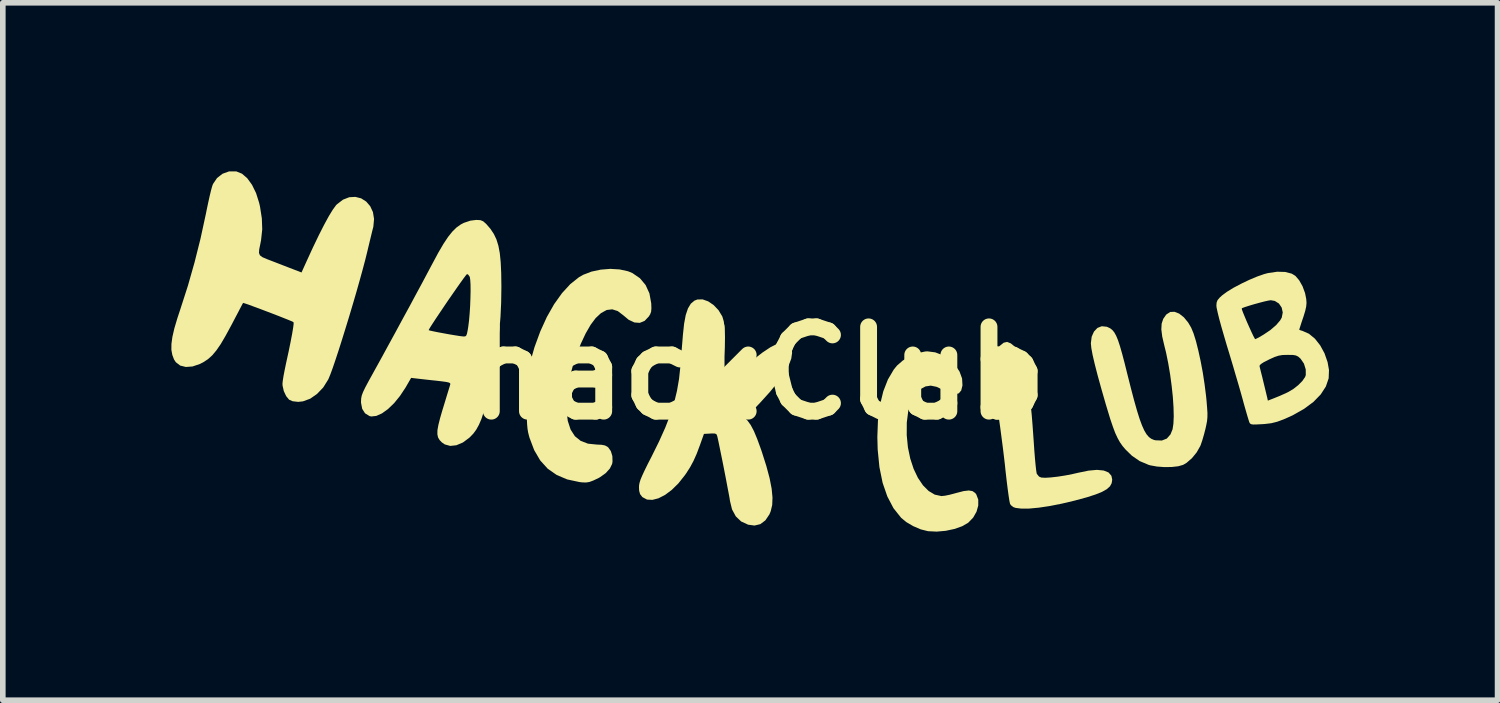
<source format=kicad_pcb>
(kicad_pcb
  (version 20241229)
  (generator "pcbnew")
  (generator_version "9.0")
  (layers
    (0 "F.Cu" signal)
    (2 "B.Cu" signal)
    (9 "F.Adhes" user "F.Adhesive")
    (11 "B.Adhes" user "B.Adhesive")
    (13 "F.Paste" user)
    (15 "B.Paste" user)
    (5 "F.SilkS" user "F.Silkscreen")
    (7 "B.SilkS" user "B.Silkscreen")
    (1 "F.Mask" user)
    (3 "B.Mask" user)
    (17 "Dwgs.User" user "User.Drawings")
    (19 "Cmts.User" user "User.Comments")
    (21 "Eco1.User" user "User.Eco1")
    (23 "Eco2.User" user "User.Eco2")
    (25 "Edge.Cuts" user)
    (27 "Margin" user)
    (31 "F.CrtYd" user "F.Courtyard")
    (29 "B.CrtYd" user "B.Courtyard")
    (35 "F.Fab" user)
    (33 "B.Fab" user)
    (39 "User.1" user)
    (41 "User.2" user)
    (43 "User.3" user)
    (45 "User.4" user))
  (footprint "hackClub"
    (layer "F.Cu")
    (at 10.444 3.589)
    (property "Reference" "hackClub" (at 0 0 0) (layer "F.SilkS") (effects (font (size 1.5 1.5) (thickness 0.3))))
    (attr board_only exclude_from_pos_files exclude_from_bom)
    (fp_poly (pts (xy 3.151 -0.368) (xy 3.284 -0.317) (xy 3.405 -0.239) (xy 3.507 -0.14) (xy 3.583 -0.026) (xy 3.628 0.097) (xy 3.635 0.22) (xy 3.613 0.309) (xy 3.57 0.361) (xy 3.504 0.378) (xy 3.414 0.358) (xy 3.298 0.304) (xy 3.294 0.302) (xy 3.173 0.245) (xy 3.07 0.224) (xy 2.978 0.238) (xy 2.899 0.28) (xy 2.797 0.376) (xy 2.721 0.508) (xy 2.67 0.677) (xy 2.644 0.881) (xy 2.643 1.106) (xy 2.664 1.322) (xy 2.706 1.523) (xy 2.766 1.706) (xy 2.842 1.865) (xy 2.932 1.998) (xy 3.033 2.099) (xy 3.142 2.164) (xy 3.257 2.189) (xy 3.268 2.189) (xy 3.324 2.183) (xy 3.407 2.166) (xy 3.502 2.141) (xy 3.531 2.133) (xy 3.655 2.101) (xy 3.747 2.09) (xy 3.813 2.101) (xy 3.862 2.135) (xy 3.881 2.16) (xy 3.916 2.252) (xy 3.916 2.358) (xy 3.885 2.468) (xy 3.826 2.572) (xy 3.741 2.66) (xy 3.736 2.665) (xy 3.628 2.727) (xy 3.491 2.775) (xy 3.336 2.808) (xy 3.177 2.822) (xy 3.028 2.815) (xy 3.02 2.814) (xy 2.892 2.782) (xy 2.757 2.724) (xy 2.633 2.651) (xy 2.543 2.576) (xy 2.407 2.405) (xy 2.298 2.197) (xy 2.214 1.954) (xy 2.157 1.675) (xy 2.126 1.361) (xy 2.12 1.139) (xy 2.131 0.84) (xy 2.167 0.568) (xy 2.226 0.325) (xy 2.308 0.115) (xy 2.411 -0.06) (xy 2.469 -0.132) (xy 2.572 -0.222) (xy 2.701 -0.299) (xy 2.84 -0.355) (xy 2.973 -0.384) (xy 3.012 -0.386)) (stroke (width 0) (type solid)) (fill yes) (layer "F.SilkS"))
    (fp_poly (pts (xy 4.495 -0.528) (xy 4.547 -0.486) (xy 4.594 -0.432) (xy 4.636 -0.361) (xy 4.674 -0.267) (xy 4.712 -0.143) (xy 4.751 0.017) (xy 4.769 0.096) (xy 4.795 0.224) (xy 4.817 0.345) (xy 4.836 0.468) (xy 4.853 0.601) (xy 4.868 0.751) (xy 4.882 0.926) (xy 4.897 1.135) (xy 4.904 1.233) (xy 4.914 1.382) (xy 4.925 1.519) (xy 4.936 1.636) (xy 4.946 1.726) (xy 4.955 1.782) (xy 4.958 1.794) (xy 4.998 1.843) (xy 5.038 1.86) (xy 5.106 1.864) (xy 5.206 1.858) (xy 5.33 1.844) (xy 5.465 1.823) (xy 5.601 1.796) (xy 5.693 1.775) (xy 5.877 1.737) (xy 6.029 1.723) (xy 6.149 1.735) (xy 6.235 1.77) (xy 6.286 1.829) (xy 6.3 1.899) (xy 6.29 1.961) (xy 6.26 2.016) (xy 6.205 2.066) (xy 6.12 2.114) (xy 6.004 2.161) (xy 5.85 2.211) (xy 5.657 2.263) (xy 5.641 2.268) (xy 5.405 2.324) (xy 5.187 2.367) (xy 4.992 2.396) (xy 4.822 2.412) (xy 4.684 2.413) (xy 4.581 2.4) (xy 4.541 2.386) (xy 4.498 2.353) (xy 4.481 2.326) (xy 4.47 2.273) (xy 4.456 2.182) (xy 4.439 2.057) (xy 4.42 1.904) (xy 4.4 1.728) (xy 4.389 1.62) (xy 4.374 1.494) (xy 4.355 1.337) (xy 4.332 1.161) (xy 4.308 0.978) (xy 4.283 0.801) (xy 4.277 0.761) (xy 4.241 0.507) (xy 4.214 0.293) (xy 4.195 0.114) (xy 4.185 -0.033) (xy 4.183 -0.153) (xy 4.191 -0.251) (xy 4.207 -0.329) (xy 4.232 -0.393) (xy 4.266 -0.447) (xy 4.3 -0.485) (xy 4.369 -0.54) (xy 4.43 -0.554)) (stroke (width 0) (type solid)) (fill yes) (layer "F.SilkS"))
    (fp_poly (pts (xy -2.467 -1.844) (xy -2.319 -1.812) (xy -2.242 -1.781) (xy -2.106 -1.688) (xy -2.004 -1.566) (xy -1.936 -1.417) (xy -1.905 -1.245) (xy -1.904 -1.24) (xy -1.901 -1.152) (xy -1.906 -1.092) (xy -1.923 -1.046) (xy -1.947 -1.007) (xy -2.021 -0.929) (xy -2.108 -0.893) (xy -2.203 -0.9) (xy -2.306 -0.948) (xy -2.399 -1.026) (xy -2.499 -1.102) (xy -2.598 -1.134) (xy -2.698 -1.122) (xy -2.8 -1.065) (xy -2.894 -0.977) (xy -2.982 -0.859) (xy -3.071 -0.705) (xy -3.156 -0.524) (xy -3.234 -0.326) (xy -3.302 -0.12) (xy -3.357 0.087) (xy -3.395 0.283) (xy -3.411 0.439) (xy -3.413 0.664) (xy -3.389 0.853) (xy -3.339 1.006) (xy -3.263 1.124) (xy -3.16 1.207) (xy -3.03 1.257) (xy -2.873 1.273) (xy -2.785 1.277) (xy -2.726 1.289) (xy -2.682 1.313) (xy -2.669 1.324) (xy -2.623 1.389) (xy -2.596 1.478) (xy -2.593 1.575) (xy -2.6 1.617) (xy -2.64 1.699) (xy -2.714 1.781) (xy -2.813 1.852) (xy -2.841 1.868) (xy -2.933 1.912) (xy -3.002 1.938) (xy -3.062 1.948) (xy -3.13 1.946) (xy -3.182 1.94) (xy -3.4 1.893) (xy -3.587 1.814) (xy -3.747 1.702) (xy -3.88 1.555) (xy -3.987 1.372) (xy -4.07 1.153) (xy -4.08 1.117) (xy -4.095 1.057) (xy -4.106 0.991) (xy -4.113 0.912) (xy -4.118 0.811) (xy -4.12 0.681) (xy -4.121 0.514) (xy -4.121 0.514) (xy -4.12 0.351) (xy -4.118 0.224) (xy -4.113 0.124) (xy -4.106 0.041) (xy -4.095 -0.033) (xy -4.079 -0.107) (xy -4.068 -0.156) (xy -3.982 -0.459) (xy -3.879 -0.74) (xy -3.762 -0.997) (xy -3.632 -1.226) (xy -3.492 -1.422) (xy -3.344 -1.583) (xy -3.191 -1.705) (xy -3.114 -1.749) (xy -2.968 -1.805) (xy -2.804 -1.84) (xy -2.632 -1.854)) (stroke (width 0) (type solid)) (fill yes) (layer "F.SilkS"))
    (fp_poly (pts (xy 7.491 -1.058) (xy 7.575 -0.992) (xy 7.653 -0.897) (xy 7.706 -0.806) (xy 7.748 -0.704) (xy 7.791 -0.566) (xy 7.833 -0.398) (xy 7.874 -0.21) (xy 7.912 -0.008) (xy 7.944 0.201) (xy 7.97 0.407) (xy 7.979 0.496) (xy 7.989 0.621) (xy 7.995 0.714) (xy 7.994 0.787) (xy 7.988 0.854) (xy 7.974 0.927) (xy 7.959 0.995) (xy 7.932 1.099) (xy 7.902 1.201) (xy 7.874 1.282) (xy 7.867 1.299) (xy 7.803 1.412) (xy 7.718 1.516) (xy 7.622 1.599) (xy 7.562 1.634) (xy 7.475 1.659) (xy 7.359 1.672) (xy 7.228 1.674) (xy 7.097 1.664) (xy 6.979 1.643) (xy 6.948 1.634) (xy 6.789 1.567) (xy 6.651 1.472) (xy 6.54 1.364) (xy 6.485 1.3) (xy 6.438 1.233) (xy 6.396 1.158) (xy 6.354 1.068) (xy 6.312 0.956) (xy 6.265 0.817) (xy 6.212 0.643) (xy 6.186 0.557) (xy 6.107 0.282) (xy 6.041 0.043) (xy 5.989 -0.159) (xy 5.951 -0.322) (xy 5.928 -0.446) (xy 5.92 -0.53) (xy 5.92 -0.532) (xy 5.935 -0.648) (xy 5.976 -0.739) (xy 6.037 -0.803) (xy 6.114 -0.833) (xy 6.202 -0.824) (xy 6.22 -0.817) (xy 6.264 -0.796) (xy 6.302 -0.766) (xy 6.336 -0.725) (xy 6.369 -0.666) (xy 6.402 -0.587) (xy 6.437 -0.482) (xy 6.476 -0.346) (xy 6.521 -0.175) (xy 6.568 0.014) (xy 6.633 0.271) (xy 6.69 0.488) (xy 6.741 0.668) (xy 6.787 0.815) (xy 6.83 0.932) (xy 6.871 1.023) (xy 6.911 1.09) (xy 6.953 1.139) (xy 6.997 1.171) (xy 7.045 1.191) (xy 7.074 1.197) (xy 7.184 1.201) (xy 7.272 1.166) (xy 7.337 1.092) (xy 7.374 1.001) (xy 7.389 0.903) (xy 7.395 0.77) (xy 7.391 0.608) (xy 7.379 0.426) (xy 7.358 0.229) (xy 7.331 0.027) (xy 7.297 -0.174) (xy 7.258 -0.366) (xy 7.227 -0.49) (xy 7.19 -0.65) (xy 7.174 -0.778) (xy 7.18 -0.88) (xy 7.208 -0.964) (xy 7.259 -1.037) (xy 7.266 -1.044) (xy 7.332 -1.087) (xy 7.409 -1.09)) (stroke (width 0) (type solid)) (fill yes) (layer "F.SilkS"))
    (fp_poly (pts (xy -0.891 -1.276) (xy -0.794 -1.21) (xy -0.707 -1.119) (xy -0.64 -1.008) (xy -0.639 -1.007) (xy -0.613 -0.919) (xy -0.598 -0.793) (xy -0.592 -0.636) (xy -0.597 -0.454) (xy -0.612 -0.253) (xy -0.636 -0.039) (xy -0.67 0.182) (xy -0.684 0.26) (xy -0.686 0.285) (xy -0.679 0.294) (xy -0.659 0.284) (xy -0.62 0.252) (xy -0.559 0.194) (xy -0.47 0.108) (xy -0.465 0.104) (xy -0.271 -0.08) (xy -0.091 -0.236) (xy 0.073 -0.363) (xy 0.217 -0.459) (xy 0.34 -0.522) (xy 0.415 -0.546) (xy 0.496 -0.544) (xy 0.557 -0.505) (xy 0.594 -0.434) (xy 0.603 -0.361) (xy 0.588 -0.256) (xy 0.542 -0.135) (xy 0.464 0.003) (xy 0.352 0.16) (xy 0.207 0.337) (xy 0.025 0.538) (xy -0.001 0.565) (xy -0.229 0.806) (xy -0.184 0.855) (xy -0.133 0.926) (xy -0.077 1.032) (xy -0.017 1.176) (xy 0.05 1.36) (xy 0.065 1.404) (xy 0.145 1.656) (xy 0.203 1.873) (xy 0.239 2.058) (xy 0.254 2.215) (xy 0.249 2.348) (xy 0.222 2.46) (xy 0.2 2.514) (xy 0.127 2.622) (xy 0.038 2.689) (xy -0.066 2.714) (xy -0.179 2.699) (xy -0.303 2.642) (xy -0.399 2.551) (xy -0.466 2.427) (xy -0.502 2.279) (xy -0.51 2.227) (xy -0.526 2.14) (xy -0.548 2.026) (xy -0.573 1.892) (xy -0.601 1.748) (xy -0.63 1.6) (xy -0.659 1.458) (xy -0.685 1.33) (xy -0.707 1.223) (xy -0.724 1.146) (xy -0.73 1.121) (xy -0.742 1.091) (xy -0.768 1.077) (xy -0.819 1.075) (xy -0.854 1.077) (xy -0.966 1.083) (xy -1.038 1.285) (xy -1.096 1.439) (xy -1.152 1.564) (xy -1.212 1.676) (xy -1.284 1.788) (xy -1.309 1.823) (xy -1.421 1.964) (xy -1.539 2.08) (xy -1.658 2.169) (xy -1.775 2.229) (xy -1.883 2.257) (xy -1.979 2.252) (xy -2.058 2.21) (xy -2.067 2.201) (xy -2.103 2.154) (xy -2.119 2.095) (xy -2.122 2.036) (xy -2.12 1.994) (xy -2.111 1.949) (xy -2.094 1.895) (xy -2.065 1.826) (xy -2.023 1.735) (xy -1.964 1.615) (xy -1.901 1.493) (xy -1.765 1.218) (xy -1.654 0.971) (xy -1.566 0.744) (xy -1.497 0.529) (xy -1.446 0.318) (xy -1.409 0.104) (xy -1.385 -0.121) (xy -1.385 -0.121) (xy -1.374 -0.265) (xy -1.361 -0.426) (xy -1.348 -0.581) (xy -1.34 -0.681) (xy -1.319 -0.878) (xy -1.29 -1.033) (xy -1.25 -1.151) (xy -1.199 -1.235) (xy -1.136 -1.288) (xy -1.083 -1.309) (xy -0.99 -1.311)) (stroke (width 0) (type solid)) (fill yes) (layer "F.SilkS"))
    (fp_poly (pts (xy -9.287 -3.588) (xy -9.186 -3.547) (xy -9.093 -3.466) (xy -9.009 -3.35) (xy -8.937 -3.203) (xy -8.882 -3.029) (xy -8.867 -2.964) (xy -8.834 -2.751) (xy -8.827 -2.557) (xy -8.848 -2.364) (xy -8.862 -2.293) (xy -8.881 -2.2) (xy -8.885 -2.137) (xy -8.868 -2.095) (xy -8.824 -2.062) (xy -8.747 -2.029) (xy -8.703 -2.012) (xy -8.633 -1.985) (xy -8.537 -1.948) (xy -8.429 -1.906) (xy -8.359 -1.879) (xy -8.128 -1.79) (xy -8.035 -1.995) (xy -7.923 -2.239) (xy -7.819 -2.455) (xy -7.725 -2.64) (xy -7.642 -2.792) (xy -7.571 -2.908) (xy -7.514 -2.986) (xy -7.5 -3.001) (xy -7.391 -3.085) (xy -7.279 -3.129) (xy -7.17 -3.135) (xy -7.067 -3.109) (xy -6.977 -3.052) (xy -6.906 -2.97) (xy -6.857 -2.865) (xy -6.837 -2.741) (xy -6.85 -2.601) (xy -6.858 -2.572) (xy -6.871 -2.521) (xy -6.891 -2.438) (xy -6.917 -2.331) (xy -6.946 -2.21) (xy -6.958 -2.159) (xy -6.995 -2.01) (xy -7.041 -1.837) (xy -7.094 -1.645) (xy -7.152 -1.44) (xy -7.214 -1.228) (xy -7.278 -1.013) (xy -7.343 -0.801) (xy -7.406 -0.598) (xy -7.466 -0.409) (xy -7.522 -0.239) (xy -7.571 -0.095) (xy -7.613 0.02) (xy -7.645 0.098) (xy -7.652 0.114) (xy -7.742 0.257) (xy -7.852 0.372) (xy -7.974 0.457) (xy -8.103 0.504) (xy -8.187 0.513) (xy -8.285 0.502) (xy -8.349 0.474) (xy -8.401 0.411) (xy -8.443 0.322) (xy -8.465 0.225) (xy -8.467 0.191) (xy -8.462 0.141) (xy -8.449 0.057) (xy -8.429 -0.048) (xy -8.405 -0.164) (xy -8.401 -0.183) (xy -8.357 -0.384) (xy -8.322 -0.556) (xy -8.295 -0.697) (xy -8.277 -0.805) (xy -8.268 -0.875) (xy -8.27 -0.905) (xy -8.27 -0.905) (xy -8.294 -0.918) (xy -8.352 -0.942) (xy -8.437 -0.976) (xy -8.54 -1.017) (xy -8.654 -1.061) (xy -8.773 -1.106) (xy -8.888 -1.15) (xy -8.992 -1.188) (xy -9.078 -1.22) (xy -9.139 -1.24) (xy -9.167 -1.248) (xy -9.168 -1.248) (xy -9.18 -1.227) (xy -9.209 -1.172) (xy -9.252 -1.089) (xy -9.307 -0.985) (xy -9.369 -0.866) (xy -9.383 -0.84) (xy -9.481 -0.66) (xy -9.566 -0.515) (xy -9.644 -0.402) (xy -9.718 -0.314) (xy -9.794 -0.246) (xy -9.875 -0.193) (xy -9.935 -0.162) (xy -10.067 -0.117) (xy -10.186 -0.108) (xy -10.287 -0.133) (xy -10.364 -0.192) (xy -10.396 -0.24) (xy -10.427 -0.321) (xy -10.444 -0.412) (xy -10.443 -0.518) (xy -10.426 -0.643) (xy -10.391 -0.795) (xy -10.337 -0.977) (xy -10.287 -1.128) (xy -10.15 -1.553) (xy -10.032 -1.968) (xy -9.926 -2.39) (xy -9.829 -2.837) (xy -9.817 -2.898) (xy -9.789 -3.031) (xy -9.762 -3.153) (xy -9.737 -3.256) (xy -9.716 -3.331) (xy -9.703 -3.365) (xy -9.631 -3.471) (xy -9.533 -3.547) (xy -9.419 -3.588) (xy -9.296 -3.589)) (stroke (width 0) (type solid)) (fill yes) (layer "F.SilkS"))
    (fp_poly (pts (xy -4.945 -2.721) (xy -4.895 -2.701) (xy -4.845 -2.657) (xy -4.837 -2.649) (xy -4.764 -2.564) (xy -4.705 -2.475) (xy -4.659 -2.378) (xy -4.624 -2.265) (xy -4.599 -2.132) (xy -4.583 -1.972) (xy -4.574 -1.78) (xy -4.571 -1.55) (xy -4.571 -1.519) (xy -4.575 -1.25) (xy -4.587 -0.998) (xy -4.608 -0.751) (xy -4.641 -0.497) (xy -4.685 -0.225) (xy -4.742 0.077) (xy -4.746 0.101) (xy -4.795 0.333) (xy -4.84 0.526) (xy -4.883 0.685) (xy -4.925 0.815) (xy -4.97 0.92) (xy -5.018 1.007) (xy -5.071 1.079) (xy -5.132 1.142) (xy -5.139 1.149) (xy -5.256 1.236) (xy -5.372 1.285) (xy -5.481 1.297) (xy -5.579 1.27) (xy -5.631 1.234) (xy -5.671 1.192) (xy -5.698 1.146) (xy -5.71 1.09) (xy -5.709 1.018) (xy -5.692 0.923) (xy -5.661 0.8) (xy -5.615 0.642) (xy -5.606 0.614) (xy -5.568 0.489) (xy -5.534 0.377) (xy -5.506 0.286) (xy -5.487 0.224) (xy -5.48 0.199) (xy -5.482 0.183) (xy -5.503 0.17) (xy -5.549 0.159) (xy -5.628 0.148) (xy -5.723 0.137) (xy -5.836 0.125) (xy -5.944 0.113) (xy -6.032 0.103) (xy -6.076 0.098) (xy -6.177 0.086) (xy -6.277 0.259) (xy -6.375 0.407) (xy -6.48 0.536) (xy -6.589 0.641) (xy -6.696 0.718) (xy -6.797 0.763) (xy -6.886 0.773) (xy -6.917 0.766) (xy -6.997 0.717) (xy -7.048 0.637) (xy -7.069 0.527) (xy -7.069 0.505) (xy -7.066 0.45) (xy -7.055 0.397) (xy -7.032 0.336) (xy -6.994 0.257) (xy -6.938 0.152) (xy -6.927 0.132) (xy -6.822 -0.058) (xy -6.706 -0.268) (xy -6.584 -0.492) (xy -6.457 -0.724) (xy -6.436 -0.763) (xy -5.864 -0.763) (xy -5.839 -0.755) (xy -5.78 -0.742) (xy -5.696 -0.725) (xy -5.598 -0.707) (xy -5.495 -0.688) (xy -5.398 -0.672) (xy -5.316 -0.659) (xy -5.259 -0.652) (xy -5.247 -0.651) (xy -5.217 -0.652) (xy -5.198 -0.664) (xy -5.184 -0.697) (xy -5.171 -0.76) (xy -5.161 -0.821) (xy -5.147 -0.93) (xy -5.136 -1.056) (xy -5.127 -1.192) (xy -5.122 -1.328) (xy -5.119 -1.457) (xy -5.12 -1.569) (xy -5.125 -1.656) (xy -5.133 -1.71) (xy -5.137 -1.717) (xy -5.163 -1.753) (xy -5.183 -1.761) (xy -5.201 -1.741) (xy -5.24 -1.69) (xy -5.294 -1.615) (xy -5.361 -1.52) (xy -5.436 -1.412) (xy -5.516 -1.297) (xy -5.596 -1.179) (xy -5.672 -1.066) (xy -5.741 -0.963) (xy -5.798 -0.876) (xy -5.84 -0.81) (xy -5.862 -0.771) (xy -5.864 -0.763) (xy -6.436 -0.763) (xy -6.331 -0.957) (xy -6.207 -1.184) (xy -6.091 -1.4) (xy -5.984 -1.598) (xy -5.892 -1.771) (xy -5.816 -1.914) (xy -5.795 -1.953) (xy -5.692 -2.145) (xy -5.601 -2.3) (xy -5.52 -2.422) (xy -5.444 -2.517) (xy -5.37 -2.59) (xy -5.294 -2.644) (xy -5.239 -2.673) (xy -5.122 -2.712) (xy -5.018 -2.725)) (stroke (width 0) (type solid)) (fill yes) (layer "F.SilkS"))
    (fp_poly (pts (xy 9.379 -1.799) (xy 9.495 -1.769) (xy 9.56 -1.729) (xy 9.627 -1.651) (xy 9.687 -1.545) (xy 9.732 -1.423) (xy 9.753 -1.318) (xy 9.758 -1.249) (xy 9.752 -1.183) (xy 9.735 -1.106) (xy 9.704 -1.004) (xy 9.698 -0.987) (xy 9.668 -0.898) (xy 9.645 -0.826) (xy 9.631 -0.782) (xy 9.628 -0.772) (xy 9.647 -0.762) (xy 9.686 -0.75) (xy 9.8 -0.7) (xy 9.907 -0.612) (xy 10.001 -0.493) (xy 10.078 -0.352) (xy 10.133 -0.194) (xy 10.158 -0.053) (xy 10.152 0.095) (xy 10.102 0.24) (xy 10.011 0.38) (xy 9.881 0.514) (xy 9.712 0.639) (xy 9.508 0.754) (xy 9.349 0.825) (xy 9.235 0.867) (xy 9.131 0.893) (xy 9.014 0.907) (xy 8.965 0.91) (xy 8.868 0.915) (xy 8.806 0.916) (xy 8.771 0.91) (xy 8.751 0.896) (xy 8.739 0.873) (xy 8.738 0.869) (xy 8.725 0.829) (xy 8.703 0.756) (xy 8.674 0.656) (xy 8.641 0.54) (xy 8.622 0.469) (xy 8.589 0.351) (xy 8.546 0.201) (xy 8.495 0.029) (xy 8.453 -0.116) (xy 8.923 -0.116) (xy 8.932 -0.08) (xy 8.949 -0.011) (xy 8.972 0.079) (xy 8.996 0.179) (xy 9.02 0.278) (xy 9.041 0.365) (xy 9.056 0.428) (xy 9.057 0.43) (xy 9.07 0.491) (xy 9.187 0.445) (xy 9.278 0.408) (xy 9.378 0.364) (xy 9.426 0.341) (xy 9.522 0.285) (xy 9.611 0.215) (xy 9.685 0.14) (xy 9.733 0.07) (xy 9.745 0.036) (xy 9.744 -0.065) (xy 9.712 -0.168) (xy 9.653 -0.254) (xy 9.647 -0.26) (xy 9.608 -0.294) (xy 9.568 -0.313) (xy 9.515 -0.322) (xy 9.432 -0.323) (xy 9.42 -0.323) (xy 9.332 -0.321) (xy 9.261 -0.309) (xy 9.188 -0.285) (xy 9.096 -0.243) (xy 9.086 -0.238) (xy 8.997 -0.193) (xy 8.945 -0.159) (xy 8.923 -0.133) (xy 8.923 -0.116) (xy 8.453 -0.116) (xy 8.441 -0.156) (xy 8.385 -0.343) (xy 8.34 -0.49) (xy 8.289 -0.664) (xy 8.243 -0.823) (xy 8.205 -0.962) (xy 8.177 -1.075) (xy 8.161 -1.15) (xy 8.605 -1.15) (xy 8.609 -1.128) (xy 8.629 -1.074) (xy 8.66 -0.999) (xy 8.697 -0.911) (xy 8.738 -0.819) (xy 8.777 -0.733) (xy 8.81 -0.663) (xy 8.835 -0.616) (xy 8.845 -0.603) (xy 8.87 -0.614) (xy 8.923 -0.642) (xy 8.991 -0.682) (xy 8.993 -0.683) (xy 9.116 -0.766) (xy 9.217 -0.853) (xy 9.289 -0.937) (xy 9.317 -0.986) (xy 9.335 -1.078) (xy 9.316 -1.165) (xy 9.267 -1.237) (xy 9.194 -1.283) (xy 9.123 -1.296) (xy 9.081 -1.29) (xy 9.009 -1.274) (xy 8.921 -1.251) (xy 8.826 -1.225) (xy 8.736 -1.198) (xy 8.661 -1.174) (xy 8.614 -1.156) (xy 8.605 -1.15) (xy 8.161 -1.15) (xy 8.159 -1.156) (xy 8.154 -1.198) (xy 8.158 -1.254) (xy 8.175 -1.298) (xy 8.213 -1.343) (xy 8.257 -1.383) (xy 8.342 -1.446) (xy 8.458 -1.517) (xy 8.594 -1.589) (xy 8.738 -1.658) (xy 8.878 -1.717) (xy 9.004 -1.761) (xy 9.071 -1.779) (xy 9.236 -1.803)) (stroke (width 0) (type solid)) (fill yes) (layer "F.SilkS")))
  (gr_rect
    (start -3 -3)
    (end 23.602 9.412)
    (stroke (width 0.1) (type default))
    (fill no)
    (layer "Edge.Cuts")))
</source>
